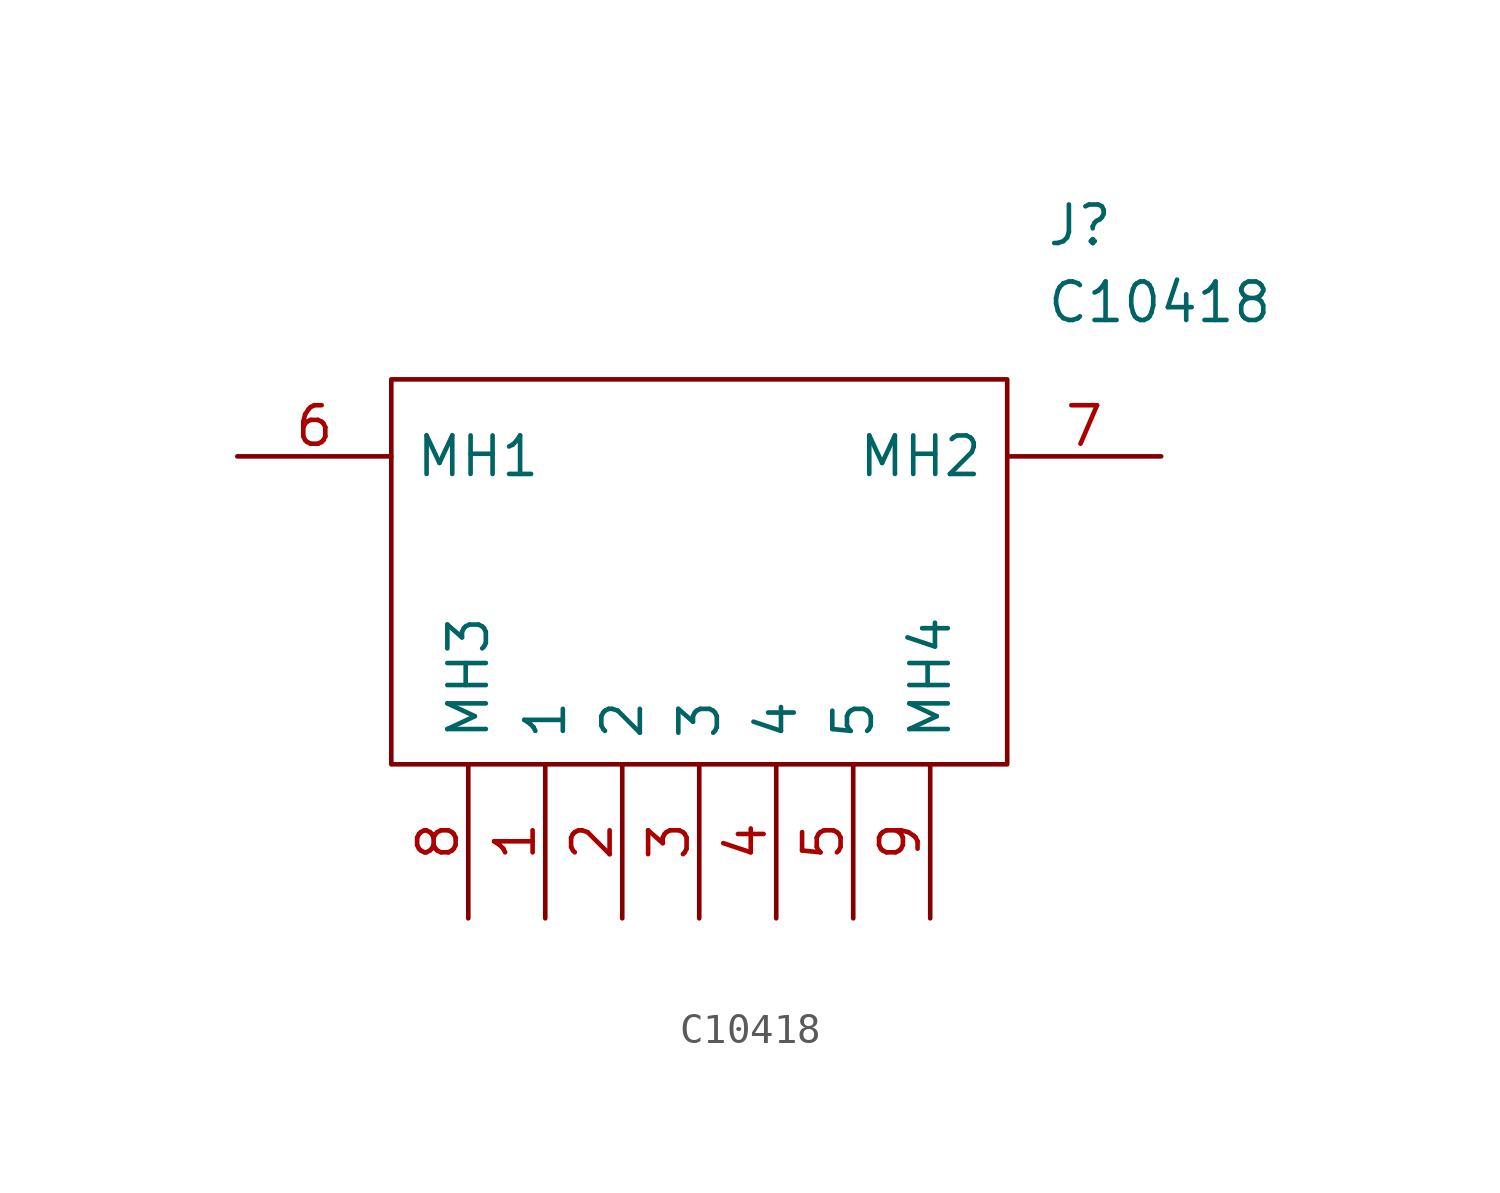
<source format=kicad_sym>
(kicad_symbol_lib
  (version 20211014)
  (generator kicad_symbol_editor)
  (symbol "C10418"
    (pin_names
      (offset 0.762))
    (property "Reference" "J"
      (at 26.67 7.62 0)
      (effects (font (size 1.27 1.27)) (justify left)))
    (property "Value" "C10418"
      (at 26.67 5.08 0)
      (effects (font (size 1.27 1.27)) (justify left)))
    (symbol "C10418_0_0"
      (pin passive line (at 10.16 -15.24 90) (length 5.08) (name "1" (effects (font (size 1.27 1.27)))) (number "1" (effects (font (size 1.27 1.27)))))
      (pin passive line (at 12.7 -15.24 90) (length 5.08) (name "2" (effects (font (size 1.27 1.27)))) (number "2" (effects (font (size 1.27 1.27)))))
      (pin passive line (at 15.24 -15.24 90) (length 5.08) (name "3" (effects (font (size 1.27 1.27)))) (number "3" (effects (font (size 1.27 1.27)))))
      (pin passive line (at 17.78 -15.24 90) (length 5.08) (name "4" (effects (font (size 1.27 1.27)))) (number "4" (effects (font (size 1.27 1.27)))))
      (pin passive line (at 20.32 -15.24 90) (length 5.08) (name "5" (effects (font (size 1.27 1.27)))) (number "5" (effects (font (size 1.27 1.27)))))
      (pin passive line (at 0 0 0) (length 5.08) (name "MH1" (effects (font (size 1.27 1.27)))) (number "6" (effects (font (size 1.27 1.27)))))
      (pin passive line (at 30.48 0 180) (length 5.08) (name "MH2" (effects (font (size 1.27 1.27)))) (number "7" (effects (font (size 1.27 1.27)))))
      (pin passive line (at 7.62 -15.24 90) (length 5.08) (name "MH3" (effects (font (size 1.27 1.27)))) (number "8" (effects (font (size 1.27 1.27)))))
      (pin passive line (at 22.86 -15.24 90) (length 5.08) (name "MH4" (effects (font (size 1.27 1.27)))) (number "9" (effects (font (size 1.27 1.27))))))
    (symbol "C10418_0_1"
      (polyline (pts (xy 5.08 2.54) (xy 25.4 2.54) (xy 25.4 -10.16) (xy 5.08 -10.16) (xy 5.08 2.54)) (stroke (width 0.152) (type default) (color 0 0 0 0)) (fill (type none))))))
</source>
